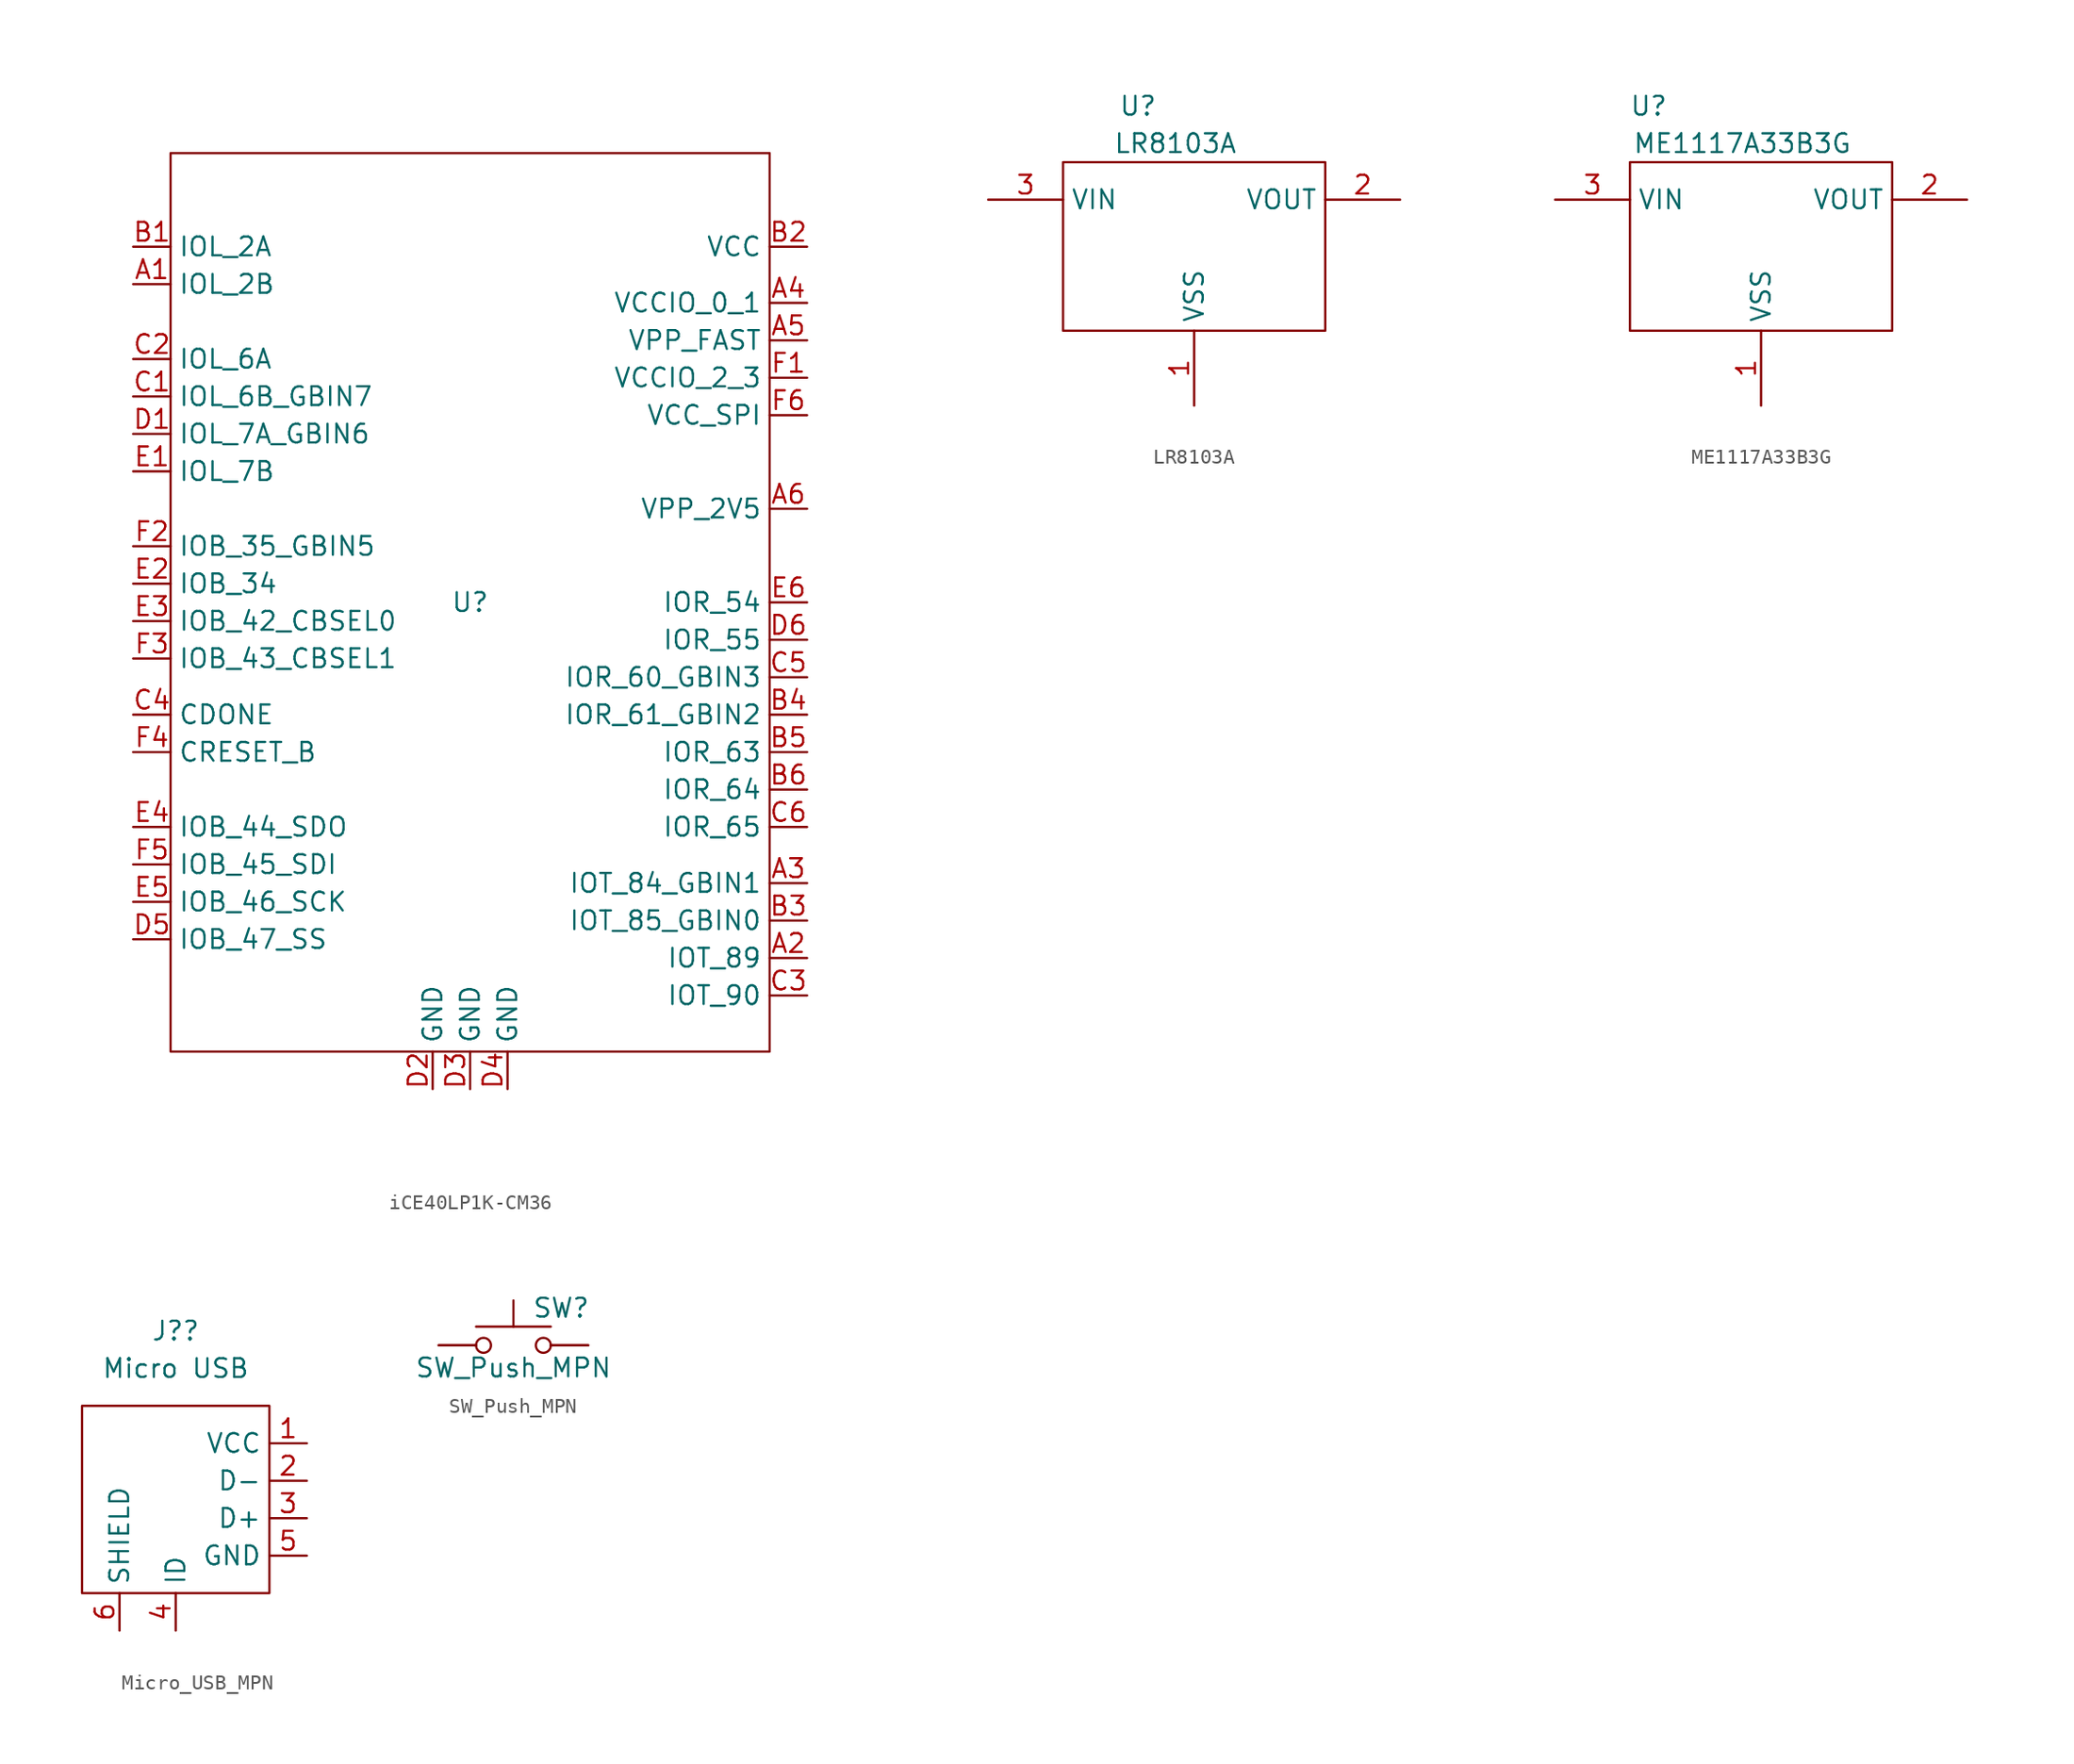
<source format=kicad_sym>
(kicad_symbol_lib
  (version 20231120)
  (generator "kicad_symbol_editor")
  (generator_version "8.0")
  (symbol "iCE40LP1K-CM36"
    (property "Reference" "U"
      (at 0 0 0)
      (effects (font (size 1.27 1.27))))
    (property "Value" ""
      (at 0 0 0)
      (effects (font (size 1.27 1.27))))
    (symbol "iCE40LP1K-CM36_0_1"
      (rectangle (start -20.32 30.48) (end 20.32 -30.48) (stroke (width 0) (type default)) (fill (type none))))
    (symbol "iCE40LP1K-CM36_1_1"
      (pin bidirectional line (at -22.86 21.59 0) (length 2.54) (name "IOL_2B" (effects (font (size 1.27 1.27)))) (number "A1" (effects (font (size 1.27 1.27)))))
      (pin bidirectional line (at 22.86 -24.13 180) (length 2.54) (name "IOT_89" (effects (font (size 1.27 1.27)))) (number "A2" (effects (font (size 1.27 1.27)))))
      (pin bidirectional line (at 22.86 -19.05 180) (length 2.54) (name "IOT_84_GBIN1" (effects (font (size 1.27 1.27)))) (number "A3" (effects (font (size 1.27 1.27)))))
      (pin power_in line (at 22.86 20.32 180) (length 2.54) (name "VCCIO_0_1" (effects (font (size 1.27 1.27)))) (number "A4" (effects (font (size 1.27 1.27)))))
      (pin power_in line (at 22.86 17.78 180) (length 2.54) (name "VPP_FAST" (effects (font (size 1.27 1.27)))) (number "A5" (effects (font (size 1.27 1.27)))))
      (pin power_in line (at 22.86 6.35 180) (length 2.54) (name "VPP_2V5" (effects (font (size 1.27 1.27)))) (number "A6" (effects (font (size 1.27 1.27)))))
      (pin bidirectional line (at -22.86 24.13 0) (length 2.54) (name "IOL_2A" (effects (font (size 1.27 1.27)))) (number "B1" (effects (font (size 1.27 1.27)))))
      (pin power_in line (at 22.86 24.13 180) (length 2.54) (name "VCC" (effects (font (size 1.27 1.27)))) (number "B2" (effects (font (size 1.27 1.27)))))
      (pin bidirectional line (at 22.86 -21.59 180) (length 2.54) (name "IOT_85_GBIN0" (effects (font (size 1.27 1.27)))) (number "B3" (effects (font (size 1.27 1.27)))))
      (pin bidirectional line (at 22.86 -7.62 180) (length 2.54) (name "IOR_61_GBIN2" (effects (font (size 1.27 1.27)))) (number "B4" (effects (font (size 1.27 1.27)))))
      (pin bidirectional line (at 22.86 -10.16 180) (length 2.54) (name "IOR_63" (effects (font (size 1.27 1.27)))) (number "B5" (effects (font (size 1.27 1.27)))))
      (pin bidirectional line (at 22.86 -12.7 180) (length 2.54) (name "IOR_64" (effects (font (size 1.27 1.27)))) (number "B6" (effects (font (size 1.27 1.27)))))
      (pin bidirectional line (at -22.86 13.97 0) (length 2.54) (name "IOL_6B_GBIN7" (effects (font (size 1.27 1.27)))) (number "C1" (effects (font (size 1.27 1.27)))))
      (pin bidirectional line (at -22.86 16.51 0) (length 2.54) (name "IOL_6A" (effects (font (size 1.27 1.27)))) (number "C2" (effects (font (size 1.27 1.27)))))
      (pin bidirectional line (at 22.86 -26.67 180) (length 2.54) (name "IOT_90" (effects (font (size 1.27 1.27)))) (number "C3" (effects (font (size 1.27 1.27)))))
      (pin bidirectional line (at -22.86 -7.62 0) (length 2.54) (name "CDONE" (effects (font (size 1.27 1.27)))) (number "C4" (effects (font (size 1.27 1.27)))))
      (pin bidirectional line (at 22.86 -5.08 180) (length 2.54) (name "IOR_60_GBIN3" (effects (font (size 1.27 1.27)))) (number "C5" (effects (font (size 1.27 1.27)))))
      (pin bidirectional line (at 22.86 -15.24 180) (length 2.54) (name "IOR_65" (effects (font (size 1.27 1.27)))) (number "C6" (effects (font (size 1.27 1.27)))))
      (pin bidirectional line (at -22.86 11.43 0) (length 2.54) (name "IOL_7A_GBIN6" (effects (font (size 1.27 1.27)))) (number "D1" (effects (font (size 1.27 1.27)))))
      (pin power_in line (at -2.54 -33.02 90) (length 2.54) (name "GND" (effects (font (size 1.27 1.27)))) (number "D2" (effects (font (size 1.27 1.27)))))
      (pin power_in line (at 0 -33.02 90) (length 2.54) (name "GND" (effects (font (size 1.27 1.27)))) (number "D3" (effects (font (size 1.27 1.27)))))
      (pin power_in line (at 2.54 -33.02 90) (length 2.54) (name "GND" (effects (font (size 1.27 1.27)))) (number "D4" (effects (font (size 1.27 1.27)))))
      (pin bidirectional line (at -22.86 -22.86 0) (length 2.54) (name "IOB_47_SS" (effects (font (size 1.27 1.27)))) (number "D5" (effects (font (size 1.27 1.27)))))
      (pin bidirectional line (at 22.86 -2.54 180) (length 2.54) (name "IOR_55" (effects (font (size 1.27 1.27)))) (number "D6" (effects (font (size 1.27 1.27)))))
      (pin bidirectional line (at -22.86 8.89 0) (length 2.54) (name "IOL_7B" (effects (font (size 1.27 1.27)))) (number "E1" (effects (font (size 1.27 1.27)))))
      (pin bidirectional line (at -22.86 1.27 0) (length 2.54) (name "IOB_34" (effects (font (size 1.27 1.27)))) (number "E2" (effects (font (size 1.27 1.27)))))
      (pin bidirectional line (at -22.86 -1.27 0) (length 2.54) (name "IOB_42_CBSEL0" (effects (font (size 1.27 1.27)))) (number "E3" (effects (font (size 1.27 1.27)))))
      (pin bidirectional line (at -22.86 -15.24 0) (length 2.54) (name "IOB_44_SDO" (effects (font (size 1.27 1.27)))) (number "E4" (effects (font (size 1.27 1.27)))))
      (pin bidirectional line (at -22.86 -20.32 0) (length 2.54) (name "IOB_46_SCK" (effects (font (size 1.27 1.27)))) (number "E5" (effects (font (size 1.27 1.27)))))
      (pin bidirectional line (at 22.86 0 180) (length 2.54) (name "IOR_54" (effects (font (size 1.27 1.27)))) (number "E6" (effects (font (size 1.27 1.27)))))
      (pin power_in line (at 22.86 15.24 180) (length 2.54) (name "VCCIO_2_3" (effects (font (size 1.27 1.27)))) (number "F1" (effects (font (size 1.27 1.27)))))
      (pin bidirectional line (at -22.86 3.81 0) (length 2.54) (name "IOB_35_GBIN5" (effects (font (size 1.27 1.27)))) (number "F2" (effects (font (size 1.27 1.27)))))
      (pin bidirectional line (at -22.86 -3.81 0) (length 2.54) (name "IOB_43_CBSEL1" (effects (font (size 1.27 1.27)))) (number "F3" (effects (font (size 1.27 1.27)))))
      (pin bidirectional line (at -22.86 -10.16 0) (length 2.54) (name "CRESET_B" (effects (font (size 1.27 1.27)))) (number "F4" (effects (font (size 1.27 1.27)))))
      (pin bidirectional line (at -22.86 -17.78 0) (length 2.54) (name "IOB_45_SDI" (effects (font (size 1.27 1.27)))) (number "F5" (effects (font (size 1.27 1.27)))))
      (pin power_in line (at 22.86 12.7 180) (length 2.54) (name "VCC_SPI" (effects (font (size 1.27 1.27)))) (number "F6" (effects (font (size 1.27 1.27)))))))
  (symbol "LR8103A"
    (property "Reference" "U"
      (at -3.81 12.7 0)
      (effects (font (size 1.27 1.27))))
    (property "Value" " LR8103A"
      (at -1.27 10.16 0)
      (effects (font (size 1.27 1.27))))
    (symbol "LR8103A_0_1"
      (rectangle (start -8.89 8.89) (end 8.89 -2.54) (stroke (width 0) (type default)) (fill (type none))))
    (symbol "LR8103A_1_1"
      (pin power_in line (at 0 -7.62 90) (length 5.08) (name "VSS" (effects (font (size 1.27 1.27)))) (number "1" (effects (font (size 1.27 1.27)))))
      (pin power_out line (at 13.97 6.35 180) (length 5.08) (name "VOUT" (effects (font (size 1.27 1.27)))) (number "2" (effects (font (size 1.27 1.27)))))
      (pin power_in line (at -13.97 6.35 0) (length 5.08) (name "VIN" (effects (font (size 1.27 1.27)))) (number "3" (effects (font (size 1.27 1.27)))))))
  (symbol "ME1117A33B3G"
    (property "Reference" "U"
      (at -7.62 12.7 0)
      (effects (font (size 1.27 1.27))))
    (property "Value" "ME1117A33B3G"
      (at -1.27 10.16 0)
      (effects (font (size 1.27 1.27))))
    (symbol "ME1117A33B3G_0_1"
      (rectangle (start -8.89 8.89) (end 8.89 -2.54) (stroke (width 0) (type default)) (fill (type none))))
    (symbol "ME1117A33B3G_1_1"
      (pin power_out line (at 13.97 6.35 180) (length 5.08) hide (name "4" (effects (font (size 1.27 1.27)))) (number "" (effects (font (size 1.27 1.27)))))
      (pin power_in line (at 0 -7.62 90) (length 5.08) (name "VSS" (effects (font (size 1.27 1.27)))) (number "1" (effects (font (size 1.27 1.27)))))
      (pin power_out line (at 13.97 6.35 180) (length 5.08) (name "VOUT" (effects (font (size 1.27 1.27)))) (number "2" (effects (font (size 1.27 1.27)))))
      (pin power_in line (at -13.97 6.35 0) (length 5.08) (name "VIN" (effects (font (size 1.27 1.27)))) (number "3" (effects (font (size 1.27 1.27)))))))
  (symbol "Micro_USB_MPN"
    (property "Reference" "J?"
      (at 0 11.43 0)
      (effects (font (size 1.27 1.27))))
    (property "Value" "Micro USB"
      (at 0 8.89 0)
      (effects (font (size 1.27 1.27))))
    (symbol "Micro_USB_MPN_0_1"
      (rectangle (start -6.35 6.35) (end 6.35 -6.35) (stroke (width 0) (type default)) (fill (type none))))
    (symbol "Micro_USB_MPN_1_1"
      (pin output line (at 8.89 3.81 180) (length 2.54) (name "VCC" (effects (font (size 1.27 1.27)))) (number "1" (effects (font (size 1.27 1.27)))))
      (pin bidirectional line (at 8.89 1.27 180) (length 2.54) (name "D-" (effects (font (size 1.27 1.27)))) (number "2" (effects (font (size 1.27 1.27)))))
      (pin bidirectional line (at 8.89 -1.27 180) (length 2.54) (name "D+" (effects (font (size 1.27 1.27)))) (number "3" (effects (font (size 1.27 1.27)))))
      (pin input line (at 0 -8.89 90) (length 2.54) (name "ID" (effects (font (size 1.27 1.27)))) (number "4" (effects (font (size 1.27 1.27)))))
      (pin output line (at 8.89 -3.81 180) (length 2.54) (name "GND" (effects (font (size 1.27 1.27)))) (number "5" (effects (font (size 1.27 1.27)))))
      (pin input line (at -3.81 -8.89 90) (length 2.54) (name "SHIELD" (effects (font (size 1.27 1.27)))) (number "6" (effects (font (size 1.27 1.27)))))))
  (symbol "SW_Push_MPN"
    (pin_numbers hide)
    (pin_names
      (offset 1.016) hide)
    (property "Reference" "SW"
      (at 1.27 2.54 0)
      (effects (font (size 1.27 1.27)) (justify left)))
    (property "Value" "SW_Push_MPN"
      (at 0 -1.524 0)
      (effects (font (size 1.27 1.27))))
    (symbol "SW_Push_MPN_0_1"
      (circle (center -2.032 0) (radius 0.508) (stroke (width 0) (type default)) (fill (type none)))
      (polyline (pts (xy 0 1.27) (xy 0 3.048)) (stroke (width 0) (type default)) (fill (type none)))
      (polyline (pts (xy 2.54 1.27) (xy -2.54 1.27)) (stroke (width 0) (type default)) (fill (type none)))
      (circle (center 2.032 0) (radius 0.508) (stroke (width 0) (type default)) (fill (type none)))
      (pin passive line (at -5.08 0 0) (length 2.54) (name "1" (effects (font (size 1.27 1.27)))) (number "1" (effects (font (size 1.27 1.27))))))
    (symbol "SW_Push_MPN_1_1"
      (pin passive line (at -5.08 0 0) (length 2.54) (name "2" (effects (font (size 1.27 1.27)))) (number "2" (effects (font (size 1.27 1.27)))))
      (pin passive line (at 5.08 0 180) (length 2.54) (name "3" (effects (font (size 1.27 1.27)))) (number "3" (effects (font (size 1.27 1.27)))))
      (pin passive line (at 5.08 0 180) (length 2.54) (name "4" (effects (font (size 1.27 1.27)))) (number "4" (effects (font (size 1.27 1.27))))))))
</source>
